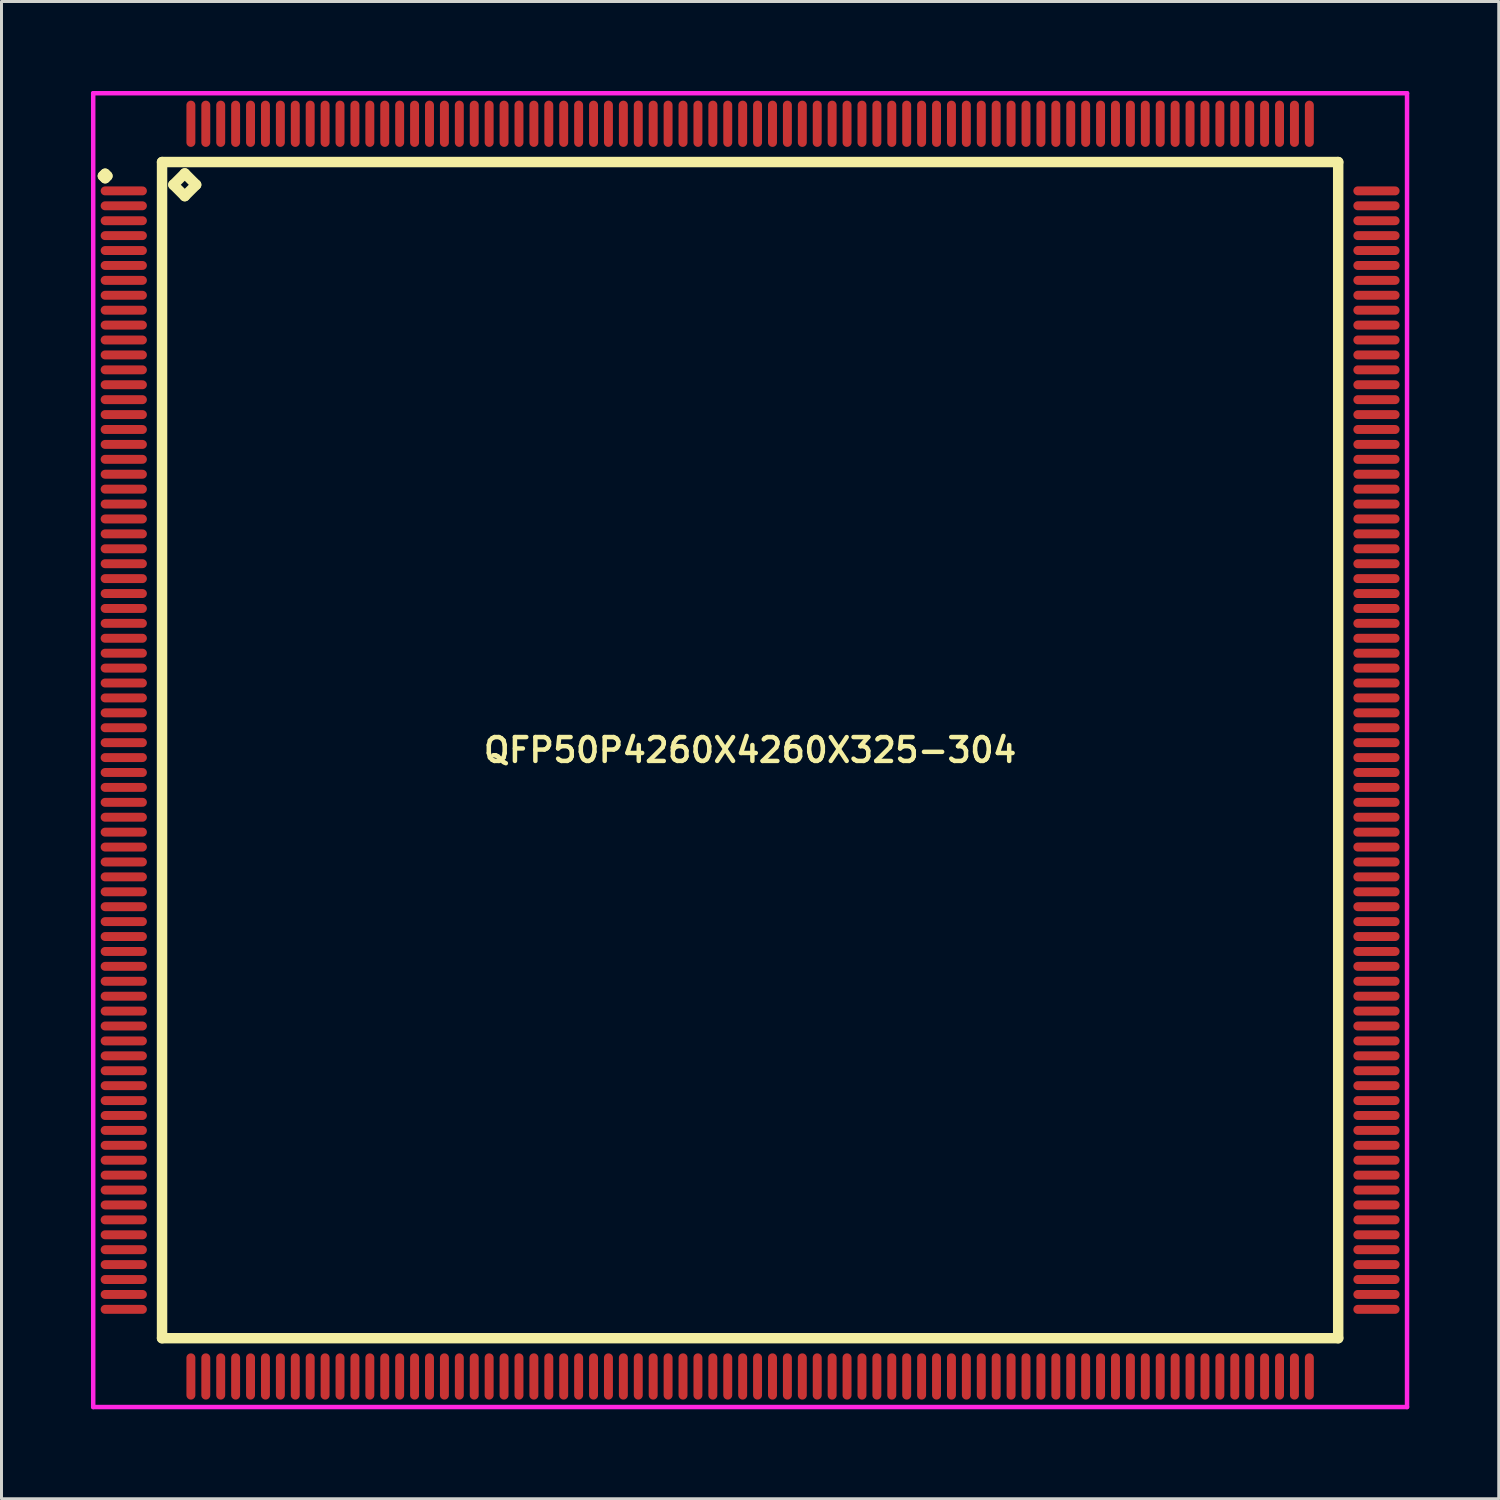
<source format=kicad_pcb>
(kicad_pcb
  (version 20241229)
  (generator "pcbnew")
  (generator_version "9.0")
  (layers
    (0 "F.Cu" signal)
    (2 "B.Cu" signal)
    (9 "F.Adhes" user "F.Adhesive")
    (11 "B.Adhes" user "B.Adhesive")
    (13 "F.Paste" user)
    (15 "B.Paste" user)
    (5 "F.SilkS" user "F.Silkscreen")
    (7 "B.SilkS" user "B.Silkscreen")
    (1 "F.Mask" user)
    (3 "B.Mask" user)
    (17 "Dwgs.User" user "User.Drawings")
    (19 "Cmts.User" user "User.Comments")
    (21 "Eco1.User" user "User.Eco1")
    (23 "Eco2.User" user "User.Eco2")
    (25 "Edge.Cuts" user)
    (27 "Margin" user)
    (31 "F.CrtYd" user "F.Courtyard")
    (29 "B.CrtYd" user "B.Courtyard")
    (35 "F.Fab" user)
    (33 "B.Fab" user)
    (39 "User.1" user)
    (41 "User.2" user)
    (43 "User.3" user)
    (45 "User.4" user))
  (footprint "QFP50P4260X4260X325-304"
    (layer "F.Cu")
    (at 22.1 22.1)
    (property "Reference" "QFP50P4260X4260X325-304" (at 0 0 0) (layer "F.SilkS") (effects (font (size 0.8 0.8) (thickness 0.15))))
    (attr smd)
    (fp_line (start -21.7 -19.25) (end -21.625 -19.325) (stroke (width 0.35) (type solid)) (layer "F.SilkS"))
    (fp_line (start -21.625 -19.325) (end -21.55 -19.25) (stroke (width 0.35) (type solid)) (layer "F.SilkS"))
    (fp_line (start -21.625 -19.175) (end -21.7 -19.25) (stroke (width 0.35) (type solid)) (layer "F.SilkS"))
    (fp_line (start -21.55 -19.25) (end -21.625 -19.175) (stroke (width 0.35) (type solid)) (layer "F.SilkS"))
    (fp_line (start -19.717 -19.717) (end -19.717 19.717) (stroke (width 0.35) (type solid)) (layer "F.SilkS"))
    (fp_line (start -19.717 19.717) (end 19.717 19.717) (stroke (width 0.35) (type solid)) (layer "F.SilkS"))
    (fp_line (start -19.336 -18.955) (end -18.955 -19.336) (stroke (width 0.35) (type solid)) (layer "F.SilkS"))
    (fp_line (start -18.955 -19.336) (end -18.574 -18.955) (stroke (width 0.35) (type solid)) (layer "F.SilkS"))
    (fp_line (start -18.955 -18.574) (end -19.336 -18.955) (stroke (width 0.35) (type solid)) (layer "F.SilkS"))
    (fp_line (start -18.574 -18.955) (end -18.955 -18.574) (stroke (width 0.35) (type solid)) (layer "F.SilkS"))
    (fp_line (start 19.717 -19.717) (end -19.717 -19.717) (stroke (width 0.35) (type solid)) (layer "F.SilkS"))
    (fp_line (start 19.717 19.717) (end 19.717 -19.717) (stroke (width 0.35) (type solid)) (layer "F.SilkS"))
    (fp_line (start -22.025 -22.025) (end 22.025 -22.025) (stroke (width 0.15) (type solid)) (layer "F.CrtYd"))
    (fp_line (start -22.025 22.025) (end -22.025 -22.025) (stroke (width 0.15) (type solid)) (layer "F.CrtYd"))
    (fp_line (start 22.025 -22.025) (end 22.025 22.025) (stroke (width 0.15) (type solid)) (layer "F.CrtYd"))
    (fp_line (start 22.025 22.025) (end -22.025 22.025) (stroke (width 0.15) (type solid)) (layer "F.CrtYd"))
    (pad "1" smd oval (at -21 -18.75) (size 1.55 0.3) (layers "F.Cu" "F.Mask" "F.Paste"))
    (pad "2" smd oval (at -21 -18.25) (size 1.55 0.3) (layers "F.Cu" "F.Mask" "F.Paste"))
    (pad "3" smd oval (at -21 -17.75) (size 1.55 0.3) (layers "F.Cu" "F.Mask" "F.Paste"))
    (pad "4" smd oval (at -21 -17.25) (size 1.55 0.3) (layers "F.Cu" "F.Mask" "F.Paste"))
    (pad "5" smd oval (at -21 -16.75) (size 1.55 0.3) (layers "F.Cu" "F.Mask" "F.Paste"))
    (pad "6" smd oval (at -21 -16.25) (size 1.55 0.3) (layers "F.Cu" "F.Mask" "F.Paste"))
    (pad "7" smd oval (at -21 -15.75) (size 1.55 0.3) (layers "F.Cu" "F.Mask" "F.Paste"))
    (pad "8" smd oval (at -21 -15.25) (size 1.55 0.3) (layers "F.Cu" "F.Mask" "F.Paste"))
    (pad "9" smd oval (at -21 -14.75) (size 1.55 0.3) (layers "F.Cu" "F.Mask" "F.Paste"))
    (pad "10" smd oval (at -21 -14.25) (size 1.55 0.3) (layers "F.Cu" "F.Mask" "F.Paste"))
    (pad "11" smd oval (at -21 -13.75) (size 1.55 0.3) (layers "F.Cu" "F.Mask" "F.Paste"))
    (pad "12" smd oval (at -21 -13.25) (size 1.55 0.3) (layers "F.Cu" "F.Mask" "F.Paste"))
    (pad "13" smd oval (at -21 -12.75) (size 1.55 0.3) (layers "F.Cu" "F.Mask" "F.Paste"))
    (pad "14" smd oval (at -21 -12.25) (size 1.55 0.3) (layers "F.Cu" "F.Mask" "F.Paste"))
    (pad "15" smd oval (at -21 -11.75) (size 1.55 0.3) (layers "F.Cu" "F.Mask" "F.Paste"))
    (pad "16" smd oval (at -21 -11.25) (size 1.55 0.3) (layers "F.Cu" "F.Mask" "F.Paste"))
    (pad "17" smd oval (at -21 -10.75) (size 1.55 0.3) (layers "F.Cu" "F.Mask" "F.Paste"))
    (pad "18" smd oval (at -21 -10.25) (size 1.55 0.3) (layers "F.Cu" "F.Mask" "F.Paste"))
    (pad "19" smd oval (at -21 -9.75) (size 1.55 0.3) (layers "F.Cu" "F.Mask" "F.Paste"))
    (pad "20" smd oval (at -21 -9.25) (size 1.55 0.3) (layers "F.Cu" "F.Mask" "F.Paste"))
    (pad "21" smd oval (at -21 -8.75) (size 1.55 0.3) (layers "F.Cu" "F.Mask" "F.Paste"))
    (pad "22" smd oval (at -21 -8.25) (size 1.55 0.3) (layers "F.Cu" "F.Mask" "F.Paste"))
    (pad "23" smd oval (at -21 -7.75) (size 1.55 0.3) (layers "F.Cu" "F.Mask" "F.Paste"))
    (pad "24" smd oval (at -21 -7.25) (size 1.55 0.3) (layers "F.Cu" "F.Mask" "F.Paste"))
    (pad "25" smd oval (at -21 -6.75) (size 1.55 0.3) (layers "F.Cu" "F.Mask" "F.Paste"))
    (pad "26" smd oval (at -21 -6.25) (size 1.55 0.3) (layers "F.Cu" "F.Mask" "F.Paste"))
    (pad "27" smd oval (at -21 -5.75) (size 1.55 0.3) (layers "F.Cu" "F.Mask" "F.Paste"))
    (pad "28" smd oval (at -21 -5.25) (size 1.55 0.3) (layers "F.Cu" "F.Mask" "F.Paste"))
    (pad "29" smd oval (at -21 -4.75) (size 1.55 0.3) (layers "F.Cu" "F.Mask" "F.Paste"))
    (pad "30" smd oval (at -21 -4.25) (size 1.55 0.3) (layers "F.Cu" "F.Mask" "F.Paste"))
    (pad "31" smd oval (at -21 -3.75) (size 1.55 0.3) (layers "F.Cu" "F.Mask" "F.Paste"))
    (pad "32" smd oval (at -21 -3.25) (size 1.55 0.3) (layers "F.Cu" "F.Mask" "F.Paste"))
    (pad "33" smd oval (at -21 -2.75) (size 1.55 0.3) (layers "F.Cu" "F.Mask" "F.Paste"))
    (pad "34" smd oval (at -21 -2.25) (size 1.55 0.3) (layers "F.Cu" "F.Mask" "F.Paste"))
    (pad "35" smd oval (at -21 -1.75) (size 1.55 0.3) (layers "F.Cu" "F.Mask" "F.Paste"))
    (pad "36" smd oval (at -21 -1.25) (size 1.55 0.3) (layers "F.Cu" "F.Mask" "F.Paste"))
    (pad "37" smd oval (at -21 -0.75) (size 1.55 0.3) (layers "F.Cu" "F.Mask" "F.Paste"))
    (pad "38" smd oval (at -21 -0.25) (size 1.55 0.3) (layers "F.Cu" "F.Mask" "F.Paste"))
    (pad "39" smd oval (at -21 0.25) (size 1.55 0.3) (layers "F.Cu" "F.Mask" "F.Paste"))
    (pad "40" smd oval (at -21 0.75) (size 1.55 0.3) (layers "F.Cu" "F.Mask" "F.Paste"))
    (pad "41" smd oval (at -21 1.25) (size 1.55 0.3) (layers "F.Cu" "F.Mask" "F.Paste"))
    (pad "42" smd oval (at -21 1.75) (size 1.55 0.3) (layers "F.Cu" "F.Mask" "F.Paste"))
    (pad "43" smd oval (at -21 2.25) (size 1.55 0.3) (layers "F.Cu" "F.Mask" "F.Paste"))
    (pad "44" smd oval (at -21 2.75) (size 1.55 0.3) (layers "F.Cu" "F.Mask" "F.Paste"))
    (pad "45" smd oval (at -21 3.25) (size 1.55 0.3) (layers "F.Cu" "F.Mask" "F.Paste"))
    (pad "46" smd oval (at -21 3.75) (size 1.55 0.3) (layers "F.Cu" "F.Mask" "F.Paste"))
    (pad "47" smd oval (at -21 4.25) (size 1.55 0.3) (layers "F.Cu" "F.Mask" "F.Paste"))
    (pad "48" smd oval (at -21 4.75) (size 1.55 0.3) (layers "F.Cu" "F.Mask" "F.Paste"))
    (pad "49" smd oval (at -21 5.25) (size 1.55 0.3) (layers "F.Cu" "F.Mask" "F.Paste"))
    (pad "50" smd oval (at -21 5.75) (size 1.55 0.3) (layers "F.Cu" "F.Mask" "F.Paste"))
    (pad "51" smd oval (at -21 6.25) (size 1.55 0.3) (layers "F.Cu" "F.Mask" "F.Paste"))
    (pad "52" smd oval (at -21 6.75) (size 1.55 0.3) (layers "F.Cu" "F.Mask" "F.Paste"))
    (pad "53" smd oval (at -21 7.25) (size 1.55 0.3) (layers "F.Cu" "F.Mask" "F.Paste"))
    (pad "54" smd oval (at -21 7.75) (size 1.55 0.3) (layers "F.Cu" "F.Mask" "F.Paste"))
    (pad "55" smd oval (at -21 8.25) (size 1.55 0.3) (layers "F.Cu" "F.Mask" "F.Paste"))
    (pad "56" smd oval (at -21 8.75) (size 1.55 0.3) (layers "F.Cu" "F.Mask" "F.Paste"))
    (pad "57" smd oval (at -21 9.25) (size 1.55 0.3) (layers "F.Cu" "F.Mask" "F.Paste"))
    (pad "58" smd oval (at -21 9.75) (size 1.55 0.3) (layers "F.Cu" "F.Mask" "F.Paste"))
    (pad "59" smd oval (at -21 10.25) (size 1.55 0.3) (layers "F.Cu" "F.Mask" "F.Paste"))
    (pad "60" smd oval (at -21 10.75) (size 1.55 0.3) (layers "F.Cu" "F.Mask" "F.Paste"))
    (pad "61" smd oval (at -21 11.25) (size 1.55 0.3) (layers "F.Cu" "F.Mask" "F.Paste"))
    (pad "62" smd oval (at -21 11.75) (size 1.55 0.3) (layers "F.Cu" "F.Mask" "F.Paste"))
    (pad "63" smd oval (at -21 12.25) (size 1.55 0.3) (layers "F.Cu" "F.Mask" "F.Paste"))
    (pad "64" smd oval (at -21 12.75) (size 1.55 0.3) (layers "F.Cu" "F.Mask" "F.Paste"))
    (pad "65" smd oval (at -21 13.25) (size 1.55 0.3) (layers "F.Cu" "F.Mask" "F.Paste"))
    (pad "66" smd oval (at -21 13.75) (size 1.55 0.3) (layers "F.Cu" "F.Mask" "F.Paste"))
    (pad "67" smd oval (at -21 14.25) (size 1.55 0.3) (layers "F.Cu" "F.Mask" "F.Paste"))
    (pad "68" smd oval (at -21 14.75) (size 1.55 0.3) (layers "F.Cu" "F.Mask" "F.Paste"))
    (pad "69" smd oval (at -21 15.25) (size 1.55 0.3) (layers "F.Cu" "F.Mask" "F.Paste"))
    (pad "70" smd oval (at -21 15.75) (size 1.55 0.3) (layers "F.Cu" "F.Mask" "F.Paste"))
    (pad "71" smd oval (at -21 16.25) (size 1.55 0.3) (layers "F.Cu" "F.Mask" "F.Paste"))
    (pad "72" smd oval (at -21 16.75) (size 1.55 0.3) (layers "F.Cu" "F.Mask" "F.Paste"))
    (pad "73" smd oval (at -21 17.25) (size 1.55 0.3) (layers "F.Cu" "F.Mask" "F.Paste"))
    (pad "74" smd oval (at -21 17.75) (size 1.55 0.3) (layers "F.Cu" "F.Mask" "F.Paste"))
    (pad "75" smd oval (at -21 18.25) (size 1.55 0.3) (layers "F.Cu" "F.Mask" "F.Paste"))
    (pad "76" smd oval (at -21 18.75) (size 1.55 0.3) (layers "F.Cu" "F.Mask" "F.Paste"))
    (pad "77" smd oval (at -18.75 21) (size 0.3 1.55) (layers "F.Cu" "F.Mask" "F.Paste"))
    (pad "78" smd oval (at -18.25 21) (size 0.3 1.55) (layers "F.Cu" "F.Mask" "F.Paste"))
    (pad "79" smd oval (at -17.75 21) (size 0.3 1.55) (layers "F.Cu" "F.Mask" "F.Paste"))
    (pad "80" smd oval (at -17.25 21) (size 0.3 1.55) (layers "F.Cu" "F.Mask" "F.Paste"))
    (pad "81" smd oval (at -16.75 21) (size 0.3 1.55) (layers "F.Cu" "F.Mask" "F.Paste"))
    (pad "82" smd oval (at -16.25 21) (size 0.3 1.55) (layers "F.Cu" "F.Mask" "F.Paste"))
    (pad "83" smd oval (at -15.75 21) (size 0.3 1.55) (layers "F.Cu" "F.Mask" "F.Paste"))
    (pad "84" smd oval (at -15.25 21) (size 0.3 1.55) (layers "F.Cu" "F.Mask" "F.Paste"))
    (pad "85" smd oval (at -14.75 21) (size 0.3 1.55) (layers "F.Cu" "F.Mask" "F.Paste"))
    (pad "86" smd oval (at -14.25 21) (size 0.3 1.55) (layers "F.Cu" "F.Mask" "F.Paste"))
    (pad "87" smd oval (at -13.75 21) (size 0.3 1.55) (layers "F.Cu" "F.Mask" "F.Paste"))
    (pad "88" smd oval (at -13.25 21) (size 0.3 1.55) (layers "F.Cu" "F.Mask" "F.Paste"))
    (pad "89" smd oval (at -12.75 21) (size 0.3 1.55) (layers "F.Cu" "F.Mask" "F.Paste"))
    (pad "90" smd oval (at -12.25 21) (size 0.3 1.55) (layers "F.Cu" "F.Mask" "F.Paste"))
    (pad "91" smd oval (at -11.75 21) (size 0.3 1.55) (layers "F.Cu" "F.Mask" "F.Paste"))
    (pad "92" smd oval (at -11.25 21) (size 0.3 1.55) (layers "F.Cu" "F.Mask" "F.Paste"))
    (pad "93" smd oval (at -10.75 21) (size 0.3 1.55) (layers "F.Cu" "F.Mask" "F.Paste"))
    (pad "94" smd oval (at -10.25 21) (size 0.3 1.55) (layers "F.Cu" "F.Mask" "F.Paste"))
    (pad "95" smd oval (at -9.75 21) (size 0.3 1.55) (layers "F.Cu" "F.Mask" "F.Paste"))
    (pad "96" smd oval (at -9.25 21) (size 0.3 1.55) (layers "F.Cu" "F.Mask" "F.Paste"))
    (pad "97" smd oval (at -8.75 21) (size 0.3 1.55) (layers "F.Cu" "F.Mask" "F.Paste"))
    (pad "98" smd oval (at -8.25 21) (size 0.3 1.55) (layers "F.Cu" "F.Mask" "F.Paste"))
    (pad "99" smd oval (at -7.75 21) (size 0.3 1.55) (layers "F.Cu" "F.Mask" "F.Paste"))
    (pad "100" smd oval (at -7.25 21) (size 0.3 1.55) (layers "F.Cu" "F.Mask" "F.Paste"))
    (pad "101" smd oval (at -6.75 21) (size 0.3 1.55) (layers "F.Cu" "F.Mask" "F.Paste"))
    (pad "102" smd oval (at -6.25 21) (size 0.3 1.55) (layers "F.Cu" "F.Mask" "F.Paste"))
    (pad "103" smd oval (at -5.75 21) (size 0.3 1.55) (layers "F.Cu" "F.Mask" "F.Paste"))
    (pad "104" smd oval (at -5.25 21) (size 0.3 1.55) (layers "F.Cu" "F.Mask" "F.Paste"))
    (pad "105" smd oval (at -4.75 21) (size 0.3 1.55) (layers "F.Cu" "F.Mask" "F.Paste"))
    (pad "106" smd oval (at -4.25 21) (size 0.3 1.55) (layers "F.Cu" "F.Mask" "F.Paste"))
    (pad "107" smd oval (at -3.75 21) (size 0.3 1.55) (layers "F.Cu" "F.Mask" "F.Paste"))
    (pad "108" smd oval (at -3.25 21) (size 0.3 1.55) (layers "F.Cu" "F.Mask" "F.Paste"))
    (pad "109" smd oval (at -2.75 21) (size 0.3 1.55) (layers "F.Cu" "F.Mask" "F.Paste"))
    (pad "110" smd oval (at -2.25 21) (size 0.3 1.55) (layers "F.Cu" "F.Mask" "F.Paste"))
    (pad "111" smd oval (at -1.75 21) (size 0.3 1.55) (layers "F.Cu" "F.Mask" "F.Paste"))
    (pad "112" smd oval (at -1.25 21) (size 0.3 1.55) (layers "F.Cu" "F.Mask" "F.Paste"))
    (pad "113" smd oval (at -0.75 21) (size 0.3 1.55) (layers "F.Cu" "F.Mask" "F.Paste"))
    (pad "114" smd oval (at -0.25 21) (size 0.3 1.55) (layers "F.Cu" "F.Mask" "F.Paste"))
    (pad "115" smd oval (at 0.25 21) (size 0.3 1.55) (layers "F.Cu" "F.Mask" "F.Paste"))
    (pad "116" smd oval (at 0.75 21) (size 0.3 1.55) (layers "F.Cu" "F.Mask" "F.Paste"))
    (pad "117" smd oval (at 1.25 21) (size 0.3 1.55) (layers "F.Cu" "F.Mask" "F.Paste"))
    (pad "118" smd oval (at 1.75 21) (size 0.3 1.55) (layers "F.Cu" "F.Mask" "F.Paste"))
    (pad "119" smd oval (at 2.25 21) (size 0.3 1.55) (layers "F.Cu" "F.Mask" "F.Paste"))
    (pad "120" smd oval (at 2.75 21) (size 0.3 1.55) (layers "F.Cu" "F.Mask" "F.Paste"))
    (pad "121" smd oval (at 3.25 21) (size 0.3 1.55) (layers "F.Cu" "F.Mask" "F.Paste"))
    (pad "122" smd oval (at 3.75 21) (size 0.3 1.55) (layers "F.Cu" "F.Mask" "F.Paste"))
    (pad "123" smd oval (at 4.25 21) (size 0.3 1.55) (layers "F.Cu" "F.Mask" "F.Paste"))
    (pad "124" smd oval (at 4.75 21) (size 0.3 1.55) (layers "F.Cu" "F.Mask" "F.Paste"))
    (pad "125" smd oval (at 5.25 21) (size 0.3 1.55) (layers "F.Cu" "F.Mask" "F.Paste"))
    (pad "126" smd oval (at 5.75 21) (size 0.3 1.55) (layers "F.Cu" "F.Mask" "F.Paste"))
    (pad "127" smd oval (at 6.25 21) (size 0.3 1.55) (layers "F.Cu" "F.Mask" "F.Paste"))
    (pad "128" smd oval (at 6.75 21) (size 0.3 1.55) (layers "F.Cu" "F.Mask" "F.Paste"))
    (pad "129" smd oval (at 7.25 21) (size 0.3 1.55) (layers "F.Cu" "F.Mask" "F.Paste"))
    (pad "130" smd oval (at 7.75 21) (size 0.3 1.55) (layers "F.Cu" "F.Mask" "F.Paste"))
    (pad "131" smd oval (at 8.25 21) (size 0.3 1.55) (layers "F.Cu" "F.Mask" "F.Paste"))
    (pad "132" smd oval (at 8.75 21) (size 0.3 1.55) (layers "F.Cu" "F.Mask" "F.Paste"))
    (pad "133" smd oval (at 9.25 21) (size 0.3 1.55) (layers "F.Cu" "F.Mask" "F.Paste"))
    (pad "134" smd oval (at 9.75 21) (size 0.3 1.55) (layers "F.Cu" "F.Mask" "F.Paste"))
    (pad "135" smd oval (at 10.25 21) (size 0.3 1.55) (layers "F.Cu" "F.Mask" "F.Paste"))
    (pad "136" smd oval (at 10.75 21) (size 0.3 1.55) (layers "F.Cu" "F.Mask" "F.Paste"))
    (pad "137" smd oval (at 11.25 21) (size 0.3 1.55) (layers "F.Cu" "F.Mask" "F.Paste"))
    (pad "138" smd oval (at 11.75 21) (size 0.3 1.55) (layers "F.Cu" "F.Mask" "F.Paste"))
    (pad "139" smd oval (at 12.25 21) (size 0.3 1.55) (layers "F.Cu" "F.Mask" "F.Paste"))
    (pad "140" smd oval (at 12.75 21) (size 0.3 1.55) (layers "F.Cu" "F.Mask" "F.Paste"))
    (pad "141" smd oval (at 13.25 21) (size 0.3 1.55) (layers "F.Cu" "F.Mask" "F.Paste"))
    (pad "142" smd oval (at 13.75 21) (size 0.3 1.55) (layers "F.Cu" "F.Mask" "F.Paste"))
    (pad "143" smd oval (at 14.25 21) (size 0.3 1.55) (layers "F.Cu" "F.Mask" "F.Paste"))
    (pad "144" smd oval (at 14.75 21) (size 0.3 1.55) (layers "F.Cu" "F.Mask" "F.Paste"))
    (pad "145" smd oval (at 15.25 21) (size 0.3 1.55) (layers "F.Cu" "F.Mask" "F.Paste"))
    (pad "146" smd oval (at 15.75 21) (size 0.3 1.55) (layers "F.Cu" "F.Mask" "F.Paste"))
    (pad "147" smd oval (at 16.25 21) (size 0.3 1.55) (layers "F.Cu" "F.Mask" "F.Paste"))
    (pad "148" smd oval (at 16.75 21) (size 0.3 1.55) (layers "F.Cu" "F.Mask" "F.Paste"))
    (pad "149" smd oval (at 17.25 21) (size 0.3 1.55) (layers "F.Cu" "F.Mask" "F.Paste"))
    (pad "150" smd oval (at 17.75 21) (size 0.3 1.55) (layers "F.Cu" "F.Mask" "F.Paste"))
    (pad "151" smd oval (at 18.25 21) (size 0.3 1.55) (layers "F.Cu" "F.Mask" "F.Paste"))
    (pad "152" smd oval (at 18.75 21) (size 0.3 1.55) (layers "F.Cu" "F.Mask" "F.Paste"))
    (pad "153" smd oval (at 21 18.75) (size 1.55 0.3) (layers "F.Cu" "F.Mask" "F.Paste"))
    (pad "154" smd oval (at 21 18.25) (size 1.55 0.3) (layers "F.Cu" "F.Mask" "F.Paste"))
    (pad "155" smd oval (at 21 17.75) (size 1.55 0.3) (layers "F.Cu" "F.Mask" "F.Paste"))
    (pad "156" smd oval (at 21 17.25) (size 1.55 0.3) (layers "F.Cu" "F.Mask" "F.Paste"))
    (pad "157" smd oval (at 21 16.75) (size 1.55 0.3) (layers "F.Cu" "F.Mask" "F.Paste"))
    (pad "158" smd oval (at 21 16.25) (size 1.55 0.3) (layers "F.Cu" "F.Mask" "F.Paste"))
    (pad "159" smd oval (at 21 15.75) (size 1.55 0.3) (layers "F.Cu" "F.Mask" "F.Paste"))
    (pad "160" smd oval (at 21 15.25) (size 1.55 0.3) (layers "F.Cu" "F.Mask" "F.Paste"))
    (pad "161" smd oval (at 21 14.75) (size 1.55 0.3) (layers "F.Cu" "F.Mask" "F.Paste"))
    (pad "162" smd oval (at 21 14.25) (size 1.55 0.3) (layers "F.Cu" "F.Mask" "F.Paste"))
    (pad "163" smd oval (at 21 13.75) (size 1.55 0.3) (layers "F.Cu" "F.Mask" "F.Paste"))
    (pad "164" smd oval (at 21 13.25) (size 1.55 0.3) (layers "F.Cu" "F.Mask" "F.Paste"))
    (pad "165" smd oval (at 21 12.75) (size 1.55 0.3) (layers "F.Cu" "F.Mask" "F.Paste"))
    (pad "166" smd oval (at 21 12.25) (size 1.55 0.3) (layers "F.Cu" "F.Mask" "F.Paste"))
    (pad "167" smd oval (at 21 11.75) (size 1.55 0.3) (layers "F.Cu" "F.Mask" "F.Paste"))
    (pad "168" smd oval (at 21 11.25) (size 1.55 0.3) (layers "F.Cu" "F.Mask" "F.Paste"))
    (pad "169" smd oval (at 21 10.75) (size 1.55 0.3) (layers "F.Cu" "F.Mask" "F.Paste"))
    (pad "170" smd oval (at 21 10.25) (size 1.55 0.3) (layers "F.Cu" "F.Mask" "F.Paste"))
    (pad "171" smd oval (at 21 9.75) (size 1.55 0.3) (layers "F.Cu" "F.Mask" "F.Paste"))
    (pad "172" smd oval (at 21 9.25) (size 1.55 0.3) (layers "F.Cu" "F.Mask" "F.Paste"))
    (pad "173" smd oval (at 21 8.75) (size 1.55 0.3) (layers "F.Cu" "F.Mask" "F.Paste"))
    (pad "174" smd oval (at 21 8.25) (size 1.55 0.3) (layers "F.Cu" "F.Mask" "F.Paste"))
    (pad "175" smd oval (at 21 7.75) (size 1.55 0.3) (layers "F.Cu" "F.Mask" "F.Paste"))
    (pad "176" smd oval (at 21 7.25) (size 1.55 0.3) (layers "F.Cu" "F.Mask" "F.Paste"))
    (pad "177" smd oval (at 21 6.75) (size 1.55 0.3) (layers "F.Cu" "F.Mask" "F.Paste"))
    (pad "178" smd oval (at 21 6.25) (size 1.55 0.3) (layers "F.Cu" "F.Mask" "F.Paste"))
    (pad "179" smd oval (at 21 5.75) (size 1.55 0.3) (layers "F.Cu" "F.Mask" "F.Paste"))
    (pad "180" smd oval (at 21 5.25) (size 1.55 0.3) (layers "F.Cu" "F.Mask" "F.Paste"))
    (pad "181" smd oval (at 21 4.75) (size 1.55 0.3) (layers "F.Cu" "F.Mask" "F.Paste"))
    (pad "182" smd oval (at 21 4.25) (size 1.55 0.3) (layers "F.Cu" "F.Mask" "F.Paste"))
    (pad "183" smd oval (at 21 3.75) (size 1.55 0.3) (layers "F.Cu" "F.Mask" "F.Paste"))
    (pad "184" smd oval (at 21 3.25) (size 1.55 0.3) (layers "F.Cu" "F.Mask" "F.Paste"))
    (pad "185" smd oval (at 21 2.75) (size 1.55 0.3) (layers "F.Cu" "F.Mask" "F.Paste"))
    (pad "186" smd oval (at 21 2.25) (size 1.55 0.3) (layers "F.Cu" "F.Mask" "F.Paste"))
    (pad "187" smd oval (at 21 1.75) (size 1.55 0.3) (layers "F.Cu" "F.Mask" "F.Paste"))
    (pad "188" smd oval (at 21 1.25) (size 1.55 0.3) (layers "F.Cu" "F.Mask" "F.Paste"))
    (pad "189" smd oval (at 21 0.75) (size 1.55 0.3) (layers "F.Cu" "F.Mask" "F.Paste"))
    (pad "190" smd oval (at 21 0.25) (size 1.55 0.3) (layers "F.Cu" "F.Mask" "F.Paste"))
    (pad "191" smd oval (at 21 -0.25) (size 1.55 0.3) (layers "F.Cu" "F.Mask" "F.Paste"))
    (pad "192" smd oval (at 21 -0.75) (size 1.55 0.3) (layers "F.Cu" "F.Mask" "F.Paste"))
    (pad "193" smd oval (at 21 -1.25) (size 1.55 0.3) (layers "F.Cu" "F.Mask" "F.Paste"))
    (pad "194" smd oval (at 21 -1.75) (size 1.55 0.3) (layers "F.Cu" "F.Mask" "F.Paste"))
    (pad "195" smd oval (at 21 -2.25) (size 1.55 0.3) (layers "F.Cu" "F.Mask" "F.Paste"))
    (pad "196" smd oval (at 21 -2.75) (size 1.55 0.3) (layers "F.Cu" "F.Mask" "F.Paste"))
    (pad "197" smd oval (at 21 -3.25) (size 1.55 0.3) (layers "F.Cu" "F.Mask" "F.Paste"))
    (pad "198" smd oval (at 21 -3.75) (size 1.55 0.3) (layers "F.Cu" "F.Mask" "F.Paste"))
    (pad "199" smd oval (at 21 -4.25) (size 1.55 0.3) (layers "F.Cu" "F.Mask" "F.Paste"))
    (pad "200" smd oval (at 21 -4.75) (size 1.55 0.3) (layers "F.Cu" "F.Mask" "F.Paste"))
    (pad "201" smd oval (at 21 -5.25) (size 1.55 0.3) (layers "F.Cu" "F.Mask" "F.Paste"))
    (pad "202" smd oval (at 21 -5.75) (size 1.55 0.3) (layers "F.Cu" "F.Mask" "F.Paste"))
    (pad "203" smd oval (at 21 -6.25) (size 1.55 0.3) (layers "F.Cu" "F.Mask" "F.Paste"))
    (pad "204" smd oval (at 21 -6.75) (size 1.55 0.3) (layers "F.Cu" "F.Mask" "F.Paste"))
    (pad "205" smd oval (at 21 -7.25) (size 1.55 0.3) (layers "F.Cu" "F.Mask" "F.Paste"))
    (pad "206" smd oval (at 21 -7.75) (size 1.55 0.3) (layers "F.Cu" "F.Mask" "F.Paste"))
    (pad "207" smd oval (at 21 -8.25) (size 1.55 0.3) (layers "F.Cu" "F.Mask" "F.Paste"))
    (pad "208" smd oval (at 21 -8.75) (size 1.55 0.3) (layers "F.Cu" "F.Mask" "F.Paste"))
    (pad "209" smd oval (at 21 -9.25) (size 1.55 0.3) (layers "F.Cu" "F.Mask" "F.Paste"))
    (pad "210" smd oval (at 21 -9.75) (size 1.55 0.3) (layers "F.Cu" "F.Mask" "F.Paste"))
    (pad "211" smd oval (at 21 -10.25) (size 1.55 0.3) (layers "F.Cu" "F.Mask" "F.Paste"))
    (pad "212" smd oval (at 21 -10.75) (size 1.55 0.3) (layers "F.Cu" "F.Mask" "F.Paste"))
    (pad "213" smd oval (at 21 -11.25) (size 1.55 0.3) (layers "F.Cu" "F.Mask" "F.Paste"))
    (pad "214" smd oval (at 21 -11.75) (size 1.55 0.3) (layers "F.Cu" "F.Mask" "F.Paste"))
    (pad "215" smd oval (at 21 -12.25) (size 1.55 0.3) (layers "F.Cu" "F.Mask" "F.Paste"))
    (pad "216" smd oval (at 21 -12.75) (size 1.55 0.3) (layers "F.Cu" "F.Mask" "F.Paste"))
    (pad "217" smd oval (at 21 -13.25) (size 1.55 0.3) (layers "F.Cu" "F.Mask" "F.Paste"))
    (pad "218" smd oval (at 21 -13.75) (size 1.55 0.3) (layers "F.Cu" "F.Mask" "F.Paste"))
    (pad "219" smd oval (at 21 -14.25) (size 1.55 0.3) (layers "F.Cu" "F.Mask" "F.Paste"))
    (pad "220" smd oval (at 21 -14.75) (size 1.55 0.3) (layers "F.Cu" "F.Mask" "F.Paste"))
    (pad "221" smd oval (at 21 -15.25) (size 1.55 0.3) (layers "F.Cu" "F.Mask" "F.Paste"))
    (pad "222" smd oval (at 21 -15.75) (size 1.55 0.3) (layers "F.Cu" "F.Mask" "F.Paste"))
    (pad "223" smd oval (at 21 -16.25) (size 1.55 0.3) (layers "F.Cu" "F.Mask" "F.Paste"))
    (pad "224" smd oval (at 21 -16.75) (size 1.55 0.3) (layers "F.Cu" "F.Mask" "F.Paste"))
    (pad "225" smd oval (at 21 -17.25) (size 1.55 0.3) (layers "F.Cu" "F.Mask" "F.Paste"))
    (pad "226" smd oval (at 21 -17.75) (size 1.55 0.3) (layers "F.Cu" "F.Mask" "F.Paste"))
    (pad "227" smd oval (at 21 -18.25) (size 1.55 0.3) (layers "F.Cu" "F.Mask" "F.Paste"))
    (pad "228" smd oval (at 21 -18.75) (size 1.55 0.3) (layers "F.Cu" "F.Mask" "F.Paste"))
    (pad "229" smd oval (at 18.75 -21) (size 0.3 1.55) (layers "F.Cu" "F.Mask" "F.Paste"))
    (pad "230" smd oval (at 18.25 -21) (size 0.3 1.55) (layers "F.Cu" "F.Mask" "F.Paste"))
    (pad "231" smd oval (at 17.75 -21) (size 0.3 1.55) (layers "F.Cu" "F.Mask" "F.Paste"))
    (pad "232" smd oval (at 17.25 -21) (size 0.3 1.55) (layers "F.Cu" "F.Mask" "F.Paste"))
    (pad "233" smd oval (at 16.75 -21) (size 0.3 1.55) (layers "F.Cu" "F.Mask" "F.Paste"))
    (pad "234" smd oval (at 16.25 -21) (size 0.3 1.55) (layers "F.Cu" "F.Mask" "F.Paste"))
    (pad "235" smd oval (at 15.75 -21) (size 0.3 1.55) (layers "F.Cu" "F.Mask" "F.Paste"))
    (pad "236" smd oval (at 15.25 -21) (size 0.3 1.55) (layers "F.Cu" "F.Mask" "F.Paste"))
    (pad "237" smd oval (at 14.75 -21) (size 0.3 1.55) (layers "F.Cu" "F.Mask" "F.Paste"))
    (pad "238" smd oval (at 14.25 -21) (size 0.3 1.55) (layers "F.Cu" "F.Mask" "F.Paste"))
    (pad "239" smd oval (at 13.75 -21) (size 0.3 1.55) (layers "F.Cu" "F.Mask" "F.Paste"))
    (pad "240" smd oval (at 13.25 -21) (size 0.3 1.55) (layers "F.Cu" "F.Mask" "F.Paste"))
    (pad "241" smd oval (at 12.75 -21) (size 0.3 1.55) (layers "F.Cu" "F.Mask" "F.Paste"))
    (pad "242" smd oval (at 12.25 -21) (size 0.3 1.55) (layers "F.Cu" "F.Mask" "F.Paste"))
    (pad "243" smd oval (at 11.75 -21) (size 0.3 1.55) (layers "F.Cu" "F.Mask" "F.Paste"))
    (pad "244" smd oval (at 11.25 -21) (size 0.3 1.55) (layers "F.Cu" "F.Mask" "F.Paste"))
    (pad "245" smd oval (at 10.75 -21) (size 0.3 1.55) (layers "F.Cu" "F.Mask" "F.Paste"))
    (pad "246" smd oval (at 10.25 -21) (size 0.3 1.55) (layers "F.Cu" "F.Mask" "F.Paste"))
    (pad "247" smd oval (at 9.75 -21) (size 0.3 1.55) (layers "F.Cu" "F.Mask" "F.Paste"))
    (pad "248" smd oval (at 9.25 -21) (size 0.3 1.55) (layers "F.Cu" "F.Mask" "F.Paste"))
    (pad "249" smd oval (at 8.75 -21) (size 0.3 1.55) (layers "F.Cu" "F.Mask" "F.Paste"))
    (pad "250" smd oval (at 8.25 -21) (size 0.3 1.55) (layers "F.Cu" "F.Mask" "F.Paste"))
    (pad "251" smd oval (at 7.75 -21) (size 0.3 1.55) (layers "F.Cu" "F.Mask" "F.Paste"))
    (pad "252" smd oval (at 7.25 -21) (size 0.3 1.55) (layers "F.Cu" "F.Mask" "F.Paste"))
    (pad "253" smd oval (at 6.75 -21) (size 0.3 1.55) (layers "F.Cu" "F.Mask" "F.Paste"))
    (pad "254" smd oval (at 6.25 -21) (size 0.3 1.55) (layers "F.Cu" "F.Mask" "F.Paste"))
    (pad "255" smd oval (at 5.75 -21) (size 0.3 1.55) (layers "F.Cu" "F.Mask" "F.Paste"))
    (pad "256" smd oval (at 5.25 -21) (size 0.3 1.55) (layers "F.Cu" "F.Mask" "F.Paste"))
    (pad "257" smd oval (at 4.75 -21) (size 0.3 1.55) (layers "F.Cu" "F.Mask" "F.Paste"))
    (pad "258" smd oval (at 4.25 -21) (size 0.3 1.55) (layers "F.Cu" "F.Mask" "F.Paste"))
    (pad "259" smd oval (at 3.75 -21) (size 0.3 1.55) (layers "F.Cu" "F.Mask" "F.Paste"))
    (pad "260" smd oval (at 3.25 -21) (size 0.3 1.55) (layers "F.Cu" "F.Mask" "F.Paste"))
    (pad "261" smd oval (at 2.75 -21) (size 0.3 1.55) (layers "F.Cu" "F.Mask" "F.Paste"))
    (pad "262" smd oval (at 2.25 -21) (size 0.3 1.55) (layers "F.Cu" "F.Mask" "F.Paste"))
    (pad "263" smd oval (at 1.75 -21) (size 0.3 1.55) (layers "F.Cu" "F.Mask" "F.Paste"))
    (pad "264" smd oval (at 1.25 -21) (size 0.3 1.55) (layers "F.Cu" "F.Mask" "F.Paste"))
    (pad "265" smd oval (at 0.75 -21) (size 0.3 1.55) (layers "F.Cu" "F.Mask" "F.Paste"))
    (pad "266" smd oval (at 0.25 -21) (size 0.3 1.55) (layers "F.Cu" "F.Mask" "F.Paste"))
    (pad "267" smd oval (at -0.25 -21) (size 0.3 1.55) (layers "F.Cu" "F.Mask" "F.Paste"))
    (pad "268" smd oval (at -0.75 -21) (size 0.3 1.55) (layers "F.Cu" "F.Mask" "F.Paste"))
    (pad "269" smd oval (at -1.25 -21) (size 0.3 1.55) (layers "F.Cu" "F.Mask" "F.Paste"))
    (pad "270" smd oval (at -1.75 -21) (size 0.3 1.55) (layers "F.Cu" "F.Mask" "F.Paste"))
    (pad "271" smd oval (at -2.25 -21) (size 0.3 1.55) (layers "F.Cu" "F.Mask" "F.Paste"))
    (pad "272" smd oval (at -2.75 -21) (size 0.3 1.55) (layers "F.Cu" "F.Mask" "F.Paste"))
    (pad "273" smd oval (at -3.25 -21) (size 0.3 1.55) (layers "F.Cu" "F.Mask" "F.Paste"))
    (pad "274" smd oval (at -3.75 -21) (size 0.3 1.55) (layers "F.Cu" "F.Mask" "F.Paste"))
    (pad "275" smd oval (at -4.25 -21) (size 0.3 1.55) (layers "F.Cu" "F.Mask" "F.Paste"))
    (pad "276" smd oval (at -4.75 -21) (size 0.3 1.55) (layers "F.Cu" "F.Mask" "F.Paste"))
    (pad "277" smd oval (at -5.25 -21) (size 0.3 1.55) (layers "F.Cu" "F.Mask" "F.Paste"))
    (pad "278" smd oval (at -5.75 -21) (size 0.3 1.55) (layers "F.Cu" "F.Mask" "F.Paste"))
    (pad "279" smd oval (at -6.25 -21) (size 0.3 1.55) (layers "F.Cu" "F.Mask" "F.Paste"))
    (pad "280" smd oval (at -6.75 -21) (size 0.3 1.55) (layers "F.Cu" "F.Mask" "F.Paste"))
    (pad "281" smd oval (at -7.25 -21) (size 0.3 1.55) (layers "F.Cu" "F.Mask" "F.Paste"))
    (pad "282" smd oval (at -7.75 -21) (size 0.3 1.55) (layers "F.Cu" "F.Mask" "F.Paste"))
    (pad "283" smd oval (at -8.25 -21) (size 0.3 1.55) (layers "F.Cu" "F.Mask" "F.Paste"))
    (pad "284" smd oval (at -8.75 -21) (size 0.3 1.55) (layers "F.Cu" "F.Mask" "F.Paste"))
    (pad "285" smd oval (at -9.25 -21) (size 0.3 1.55) (layers "F.Cu" "F.Mask" "F.Paste"))
    (pad "286" smd oval (at -9.75 -21) (size 0.3 1.55) (layers "F.Cu" "F.Mask" "F.Paste"))
    (pad "287" smd oval (at -10.25 -21) (size 0.3 1.55) (layers "F.Cu" "F.Mask" "F.Paste"))
    (pad "288" smd oval (at -10.75 -21) (size 0.3 1.55) (layers "F.Cu" "F.Mask" "F.Paste"))
    (pad "289" smd oval (at -11.25 -21) (size 0.3 1.55) (layers "F.Cu" "F.Mask" "F.Paste"))
    (pad "290" smd oval (at -11.75 -21) (size 0.3 1.55) (layers "F.Cu" "F.Mask" "F.Paste"))
    (pad "291" smd oval (at -12.25 -21) (size 0.3 1.55) (layers "F.Cu" "F.Mask" "F.Paste"))
    (pad "292" smd oval (at -12.75 -21) (size 0.3 1.55) (layers "F.Cu" "F.Mask" "F.Paste"))
    (pad "293" smd oval (at -13.25 -21) (size 0.3 1.55) (layers "F.Cu" "F.Mask" "F.Paste"))
    (pad "294" smd oval (at -13.75 -21) (size 0.3 1.55) (layers "F.Cu" "F.Mask" "F.Paste"))
    (pad "295" smd oval (at -14.25 -21) (size 0.3 1.55) (layers "F.Cu" "F.Mask" "F.Paste"))
    (pad "296" smd oval (at -14.75 -21) (size 0.3 1.55) (layers "F.Cu" "F.Mask" "F.Paste"))
    (pad "297" smd oval (at -15.25 -21) (size 0.3 1.55) (layers "F.Cu" "F.Mask" "F.Paste"))
    (pad "298" smd oval (at -15.75 -21) (size 0.3 1.55) (layers "F.Cu" "F.Mask" "F.Paste"))
    (pad "299" smd oval (at -16.25 -21) (size 0.3 1.55) (layers "F.Cu" "F.Mask" "F.Paste"))
    (pad "300" smd oval (at -16.75 -21) (size 0.3 1.55) (layers "F.Cu" "F.Mask" "F.Paste"))
    (pad "301" smd oval (at -17.25 -21) (size 0.3 1.55) (layers "F.Cu" "F.Mask" "F.Paste"))
    (pad "302" smd oval (at -17.75 -21) (size 0.3 1.55) (layers "F.Cu" "F.Mask" "F.Paste"))
    (pad "303" smd oval (at -18.25 -21) (size 0.3 1.55) (layers "F.Cu" "F.Mask" "F.Paste"))
    (pad "304" smd oval (at -18.75 -21) (size 0.3 1.55) (layers "F.Cu" "F.Mask" "F.Paste")))
  (gr_rect
    (start -3 -3)
    (end 47.2 47.2)
    (stroke (width 0.1) (type default))
    (fill no)
    (layer "Edge.Cuts")))
</source>
